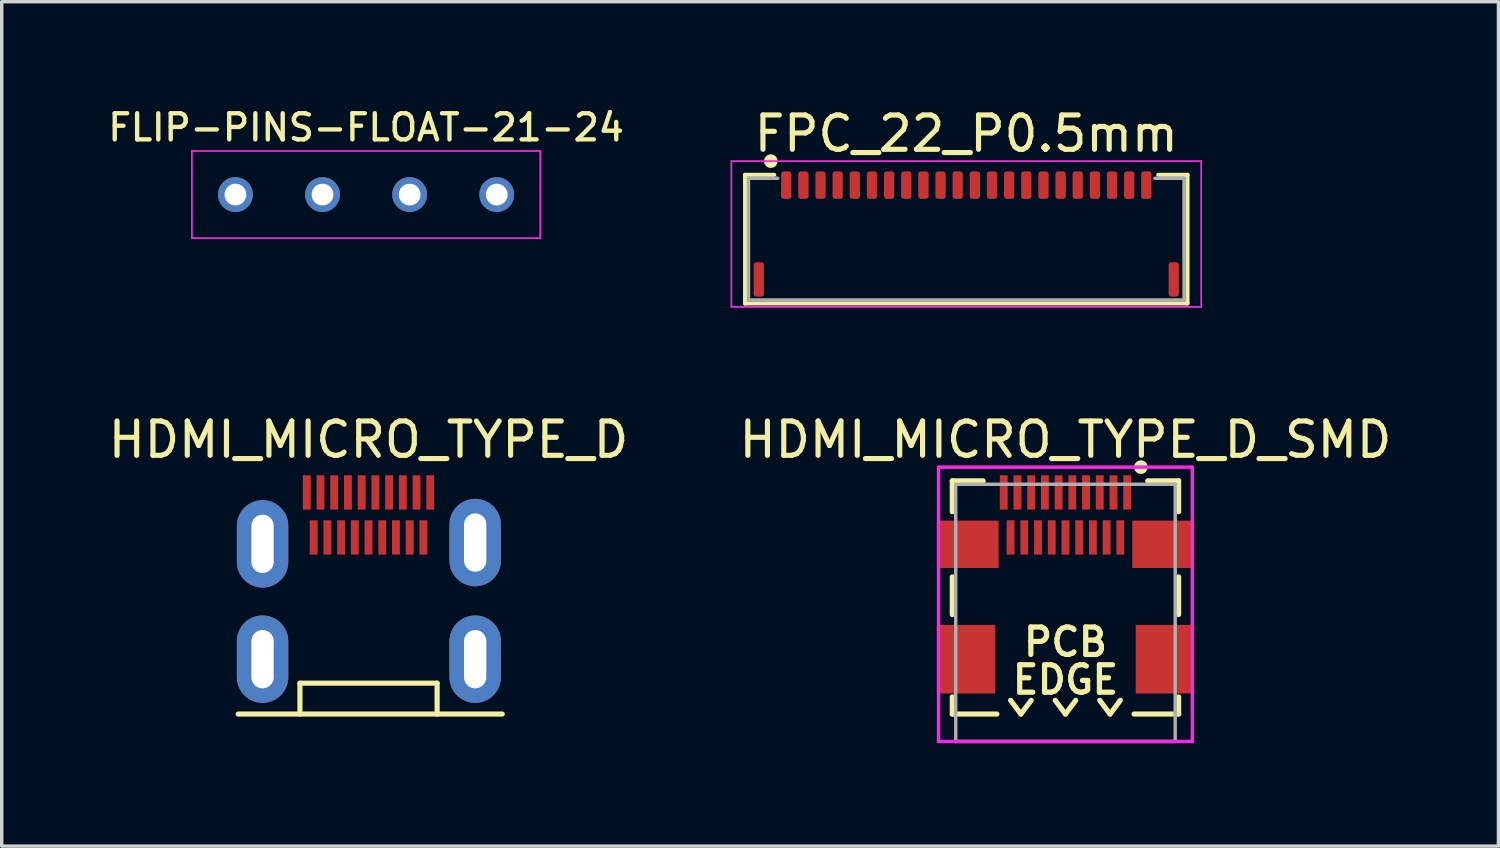
<source format=kicad_pcb>
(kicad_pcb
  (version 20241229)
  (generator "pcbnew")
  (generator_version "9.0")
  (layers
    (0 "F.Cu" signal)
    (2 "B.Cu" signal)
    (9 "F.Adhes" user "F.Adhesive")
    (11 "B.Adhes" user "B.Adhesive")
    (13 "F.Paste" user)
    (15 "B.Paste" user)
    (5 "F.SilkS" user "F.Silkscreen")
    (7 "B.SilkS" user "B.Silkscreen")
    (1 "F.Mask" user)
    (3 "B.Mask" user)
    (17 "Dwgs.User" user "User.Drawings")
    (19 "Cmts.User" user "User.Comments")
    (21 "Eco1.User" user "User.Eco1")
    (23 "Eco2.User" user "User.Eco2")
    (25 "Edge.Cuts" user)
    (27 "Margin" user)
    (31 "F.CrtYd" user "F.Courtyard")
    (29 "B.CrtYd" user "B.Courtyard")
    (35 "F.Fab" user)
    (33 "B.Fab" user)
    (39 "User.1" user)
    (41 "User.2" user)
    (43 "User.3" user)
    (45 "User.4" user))
  (footprint "FPC_22_P0.5mm"
    (layer "F.Cu")
    (at 25.126 4.048)
    (property "Reference" "FPC_22_P0.5mm" (at 0 -3.2 0) (layer "F.SilkS") (effects (font (size 1 1) (thickness 0.15))))
    (attr smd)
    (fp_line (start -6.45 -2) (end -6.45 1.75) (stroke (width 0.12) (type solid)) (layer "F.SilkS"))
    (fp_line (start -6.45 -2) (end -5.6 -2) (stroke (width 0.12) (type solid)) (layer "F.SilkS"))
    (fp_line (start -6.45 1.75) (end 6.45 1.75) (stroke (width 0.12) (type solid)) (layer "F.SilkS"))
    (fp_line (start 6.45 -2) (end 5.6 -2) (stroke (width 0.12) (type solid)) (layer "F.SilkS"))
    (fp_line (start 6.45 1.75) (end 6.45 -2) (stroke (width 0.12) (type solid)) (layer "F.SilkS"))
    (fp_circle (center -5.7 -2.4) (end -5.6 -2.4) (stroke (width 0.2) (type solid)) (fill no) (layer "F.SilkS"))
    (fp_line (start -6.85 -2.4) (end -6.85 1.85) (stroke (width 0.05) (type solid)) (layer "F.CrtYd"))
    (fp_line (start -6.85 1.85) (end 6.85 1.85) (stroke (width 0.05) (type solid)) (layer "F.CrtYd"))
    (fp_line (start 6.85 -2.4) (end -6.85 -2.4) (stroke (width 0.05) (type solid)) (layer "F.CrtYd"))
    (fp_line (start 6.85 1.85) (end 6.85 -2.4) (stroke (width 0.05) (type solid)) (layer "F.CrtYd"))
    (fp_line (start -6.35 -1.9) (end -5.5 -1.9) (stroke (width 0.1) (type solid)) (layer "F.Fab"))
    (fp_line (start -6.35 1.65) (end -6.35 -1.9) (stroke (width 0.1) (type solid)) (layer "F.Fab"))
    (fp_line (start -6.35 1.65) (end 6.35 1.65) (stroke (width 0.1) (type solid)) (layer "F.Fab"))
    (fp_line (start 6.35 -1.9) (end 5.5 -1.9) (stroke (width 0.1) (type solid)) (layer "F.Fab"))
    (fp_line (start 6.35 1.65) (end 6.35 -1.9) (stroke (width 0.1) (type solid)) (layer "F.Fab"))
    (pad "0" smd roundrect (at -6.05 1.05) (size 0.3 1) (layers "F.Cu" "F.Mask" "F.Paste") (roundrect_rratio 0.25))
    (pad "0" smd roundrect (at 6.05 1.05) (size 0.3 1) (layers "F.Cu" "F.Mask" "F.Paste") (roundrect_rratio 0.25))
    (pad "1" smd roundrect (at -5.25 -1.7) (size 0.3 0.8) (layers "F.Cu" "F.Mask" "F.Paste") (roundrect_rratio 0.25))
    (pad "2" smd roundrect (at -4.75 -1.7) (size 0.3 0.8) (layers "F.Cu" "F.Mask" "F.Paste") (roundrect_rratio 0.25))
    (pad "3" smd roundrect (at -4.25 -1.7) (size 0.3 0.8) (layers "F.Cu" "F.Mask" "F.Paste") (roundrect_rratio 0.25))
    (pad "4" smd roundrect (at -3.75 -1.7) (size 0.3 0.8) (layers "F.Cu" "F.Mask" "F.Paste") (roundrect_rratio 0.25))
    (pad "5" smd roundrect (at -3.25 -1.7) (size 0.3 0.8) (layers "F.Cu" "F.Mask" "F.Paste") (roundrect_rratio 0.25))
    (pad "6" smd roundrect (at -2.75 -1.7) (size 0.3 0.8) (layers "F.Cu" "F.Mask" "F.Paste") (roundrect_rratio 0.25))
    (pad "7" smd roundrect (at -2.25 -1.7) (size 0.3 0.8) (layers "F.Cu" "F.Mask" "F.Paste") (roundrect_rratio 0.25))
    (pad "8" smd roundrect (at -1.75 -1.7) (size 0.3 0.8) (layers "F.Cu" "F.Mask" "F.Paste") (roundrect_rratio 0.25))
    (pad "9" smd roundrect (at -1.25 -1.7) (size 0.3 0.8) (layers "F.Cu" "F.Mask" "F.Paste") (roundrect_rratio 0.25))
    (pad "10" smd roundrect (at -0.75 -1.7) (size 0.3 0.8) (layers "F.Cu" "F.Mask" "F.Paste") (roundrect_rratio 0.25))
    (pad "11" smd roundrect (at -0.25 -1.7) (size 0.3 0.8) (layers "F.Cu" "F.Mask" "F.Paste") (roundrect_rratio 0.25))
    (pad "12" smd roundrect (at 0.25 -1.7) (size 0.3 0.8) (layers "F.Cu" "F.Mask" "F.Paste") (roundrect_rratio 0.25))
    (pad "13" smd roundrect (at 0.75 -1.7) (size 0.3 0.8) (layers "F.Cu" "F.Mask" "F.Paste") (roundrect_rratio 0.25))
    (pad "14" smd roundrect (at 1.25 -1.7) (size 0.3 0.8) (layers "F.Cu" "F.Mask" "F.Paste") (roundrect_rratio 0.25))
    (pad "15" smd roundrect (at 1.75 -1.7) (size 0.3 0.8) (layers "F.Cu" "F.Mask" "F.Paste") (roundrect_rratio 0.25))
    (pad "16" smd roundrect (at 2.25 -1.7) (size 0.3 0.8) (layers "F.Cu" "F.Mask" "F.Paste") (roundrect_rratio 0.25))
    (pad "17" smd roundrect (at 2.75 -1.7) (size 0.3 0.8) (layers "F.Cu" "F.Mask" "F.Paste") (roundrect_rratio 0.25))
    (pad "18" smd roundrect (at 3.25 -1.7) (size 0.3 0.8) (layers "F.Cu" "F.Mask" "F.Paste") (roundrect_rratio 0.25))
    (pad "19" smd roundrect (at 3.75 -1.7) (size 0.3 0.8) (layers "F.Cu" "F.Mask" "F.Paste") (roundrect_rratio 0.25))
    (pad "20" smd roundrect (at 4.25 -1.7) (size 0.3 0.8) (layers "F.Cu" "F.Mask" "F.Paste") (roundrect_rratio 0.25))
    (pad "21" smd roundrect (at 4.75 -1.7) (size 0.3 0.8) (layers "F.Cu" "F.Mask" "F.Paste") (roundrect_rratio 0.25))
    (pad "22" smd roundrect (at 5.25 -1.7) (size 0.3 0.8) (layers "F.Cu" "F.Mask" "F.Paste") (roundrect_rratio 0.25)))
  (footprint "FLIP-PINS-FLOAT-21-24"
    (layer "F.Cu")
    (at 7.625 2.624)
    (property "Reference" "FLIP-PINS-FLOAT-21-24" (at 0 -1.956 0) (layer "F.SilkS") (effects (font (size 0.762 0.762) (thickness 0.127))))
    (attr through_hole)
    (fp_line (start -5.08 -1.27) (end 5.08 -1.27) (stroke (width 0.05) (type solid)) (layer "F.CrtYd"))
    (fp_line (start -5.08 1.27) (end -5.08 -1.27) (stroke (width 0.05) (type solid)) (layer "F.CrtYd"))
    (fp_line (start 5.08 -1.27) (end 5.08 1.27) (stroke (width 0.05) (type solid)) (layer "F.CrtYd"))
    (fp_line (start 5.08 1.27) (end -5.08 1.27) (stroke (width 0.05) (type solid)) (layer "F.CrtYd"))
    (pad "21" thru_hole circle (at 3.81 0) (size 1.016 1.016) (drill 0.635) (layers "*.Cu" "*.Mask"))
    (pad "22" thru_hole circle (at 1.27 0) (size 1.016 1.016) (drill 0.635) (layers "*.Cu" "*.Mask"))
    (pad "23" thru_hole circle (at -1.27 0) (size 1.016 1.016) (drill 0.635) (layers "*.Cu" "*.Mask"))
    (pad "24" thru_hole circle (at -3.81 0) (size 1.016 1.016) (drill 0.635) (layers "*.Cu" "*.Mask")))
  (footprint "HDMI_MICRO_TYPE_D"
    (layer "F.Cu")
    (at 7.696 13.871)
    (property "Reference" "HDMI_MICRO_TYPE_D" (at 0 -4.1 0) (layer "F.SilkS") (effects (font (size 1 1) (thickness 0.15))))
    (attr through_hole)
    (fp_line (start -3.8 3.9) (end 3.9 3.9) (stroke (width 0.15) (type solid)) (layer "F.SilkS"))
    (fp_line (start -2 3) (end 2 3) (stroke (width 0.15) (type solid)) (layer "F.SilkS"))
    (fp_line (start -2 3.9) (end -2 3) (stroke (width 0.15) (type solid)) (layer "F.SilkS"))
    (fp_line (start 2 3) (end 2 3.9) (stroke (width 0.15) (type solid)) (layer "F.SilkS"))
    (pad "0" thru_hole oval (at -3.09 -1.062) (size 1.5 2.55) (drill oval 0.65 1.7) (layers "*.Cu" "*.Mask"))
    (pad "0" thru_hole oval (at -3.09 2.3) (size 1.5 2.55) (drill oval 0.65 1.7) (layers "*.Cu" "*.Mask"))
    (pad "0" thru_hole oval (at 3.11 -1.1) (size 1.5 2.55) (drill oval 0.65 1.7) (layers "*.Cu" "*.Mask"))
    (pad "0" thru_hole oval (at 3.11 2.3) (size 1.5 2.55) (drill oval 0.65 1.7) (layers "*.Cu" "*.Mask"))
    (pad "1" smd rect (at 1.8 -2.562) (size 0.23 1) (layers "F.Cu" "F.Mask" "F.Paste"))
    (pad "2" smd rect (at 1.6 -1.25) (size 0.23 1) (layers "F.Cu" "F.Mask" "F.Paste"))
    (pad "3" smd rect (at 1.4 -2.562) (size 0.23 1) (layers "F.Cu" "F.Mask" "F.Paste"))
    (pad "4" smd rect (at 1.2 -1.25) (size 0.23 1) (layers "F.Cu" "F.Mask" "F.Paste"))
    (pad "5" smd rect (at 1 -2.562) (size 0.23 1) (layers "F.Cu" "F.Mask" "F.Paste"))
    (pad "6" smd rect (at 0.8 -1.25) (size 0.23 1) (layers "F.Cu" "F.Mask" "F.Paste"))
    (pad "7" smd rect (at 0.6 -2.562) (size 0.23 1) (layers "F.Cu" "F.Mask" "F.Paste"))
    (pad "8" smd rect (at 0.4 -1.25) (size 0.23 1) (layers "F.Cu" "F.Mask" "F.Paste"))
    (pad "9" smd rect (at 0.2 -2.562) (size 0.23 1) (layers "F.Cu" "F.Mask" "F.Paste"))
    (pad "10" smd rect (at 0 -1.25) (size 0.23 1) (layers "F.Cu" "F.Mask" "F.Paste"))
    (pad "11" smd rect (at -0.2 -2.562) (size 0.23 1) (layers "F.Cu" "F.Mask" "F.Paste"))
    (pad "12" smd rect (at -0.4 -1.25) (size 0.23 1) (layers "F.Cu" "F.Mask" "F.Paste"))
    (pad "13" smd rect (at -0.6 -2.562) (size 0.23 1) (layers "F.Cu" "F.Mask" "F.Paste"))
    (pad "14" smd rect (at -0.8 -1.25) (size 0.23 1) (layers "F.Cu" "F.Mask" "F.Paste"))
    (pad "15" smd rect (at -1 -2.562) (size 0.23 1) (layers "F.Cu" "F.Mask" "F.Paste"))
    (pad "16" smd rect (at -1.2 -1.25) (size 0.23 1) (layers "F.Cu" "F.Mask" "F.Paste"))
    (pad "17" smd rect (at -1.4 -2.562) (size 0.23 1) (layers "F.Cu" "F.Mask" "F.Paste"))
    (pad "18" smd rect (at -1.6 -1.25) (size 0.23 1) (layers "F.Cu" "F.Mask" "F.Paste"))
    (pad "19" smd rect (at -1.8 -2.562) (size 0.23 1) (layers "F.Cu" "F.Mask" "F.Paste")))
  (footprint "HDMI_MICRO_TYPE_D_SMD"
    (layer "F.Cu")
    (at 28.018 13.871)
    (property "Reference" "HDMI_MICRO_TYPE_D_SMD" (at 0 -4.1 0) (layer "F.SilkS") (effects (font (size 1 1) (thickness 0.15))))
    (attr through_hole)
    (fp_line (start -3.3 -2.9) (end -2.4 -2.9) (stroke (width 0.15) (type solid)) (layer "F.SilkS"))
    (fp_line (start -3.3 -2) (end -3.3 -2.9) (stroke (width 0.15) (type solid)) (layer "F.SilkS"))
    (fp_line (start -3.3 -0.1) (end -3.3 1) (stroke (width 0.15) (type solid)) (layer "F.SilkS"))
    (fp_line (start -3.3 3.9) (end -3.3 3.4) (stroke (width 0.15) (type solid)) (layer "F.SilkS"))
    (fp_line (start -3.3 3.9) (end -2 3.9) (stroke (width 0.15) (type solid)) (layer "F.SilkS"))
    (fp_line (start -1.3 3.9) (end -1.6 3.5) (stroke (width 0.15) (type solid)) (layer "F.SilkS"))
    (fp_line (start -1 3.5) (end -1.3 3.9) (stroke (width 0.15) (type solid)) (layer "F.SilkS"))
    (fp_line (start 0 3.9) (end -0.3 3.5) (stroke (width 0.15) (type solid)) (layer "F.SilkS"))
    (fp_line (start 0.3 3.5) (end 0 3.9) (stroke (width 0.15) (type solid)) (layer "F.SilkS"))
    (fp_line (start 1.3 3.9) (end 1 3.5) (stroke (width 0.15) (type solid)) (layer "F.SilkS"))
    (fp_line (start 1.6 3.5) (end 1.3 3.9) (stroke (width 0.15) (type solid)) (layer "F.SilkS"))
    (fp_line (start 2 3.9) (end 3.3 3.9) (stroke (width 0.15) (type solid)) (layer "F.SilkS"))
    (fp_line (start 3.3 -2.9) (end 2.4 -2.9) (stroke (width 0.15) (type solid)) (layer "F.SilkS"))
    (fp_line (start 3.3 -2) (end 3.3 -2.9) (stroke (width 0.15) (type solid)) (layer "F.SilkS"))
    (fp_line (start 3.3 -0.1) (end 3.3 1) (stroke (width 0.15) (type solid)) (layer "F.SilkS"))
    (fp_line (start 3.3 3.9) (end 3.3 3.4) (stroke (width 0.15) (type solid)) (layer "F.SilkS"))
    (fp_circle (center 2.2 -3.3) (end 2.3 -3.3) (stroke (width 0.2) (type solid)) (fill no) (layer "F.SilkS"))
    (fp_line (start -3.7 -3.3) (end 3.7 -3.3) (stroke (width 0.1) (type solid)) (layer "F.CrtYd"))
    (fp_line (start -3.7 4.7) (end -3.7 -3.3) (stroke (width 0.1) (type solid)) (layer "F.CrtYd"))
    (fp_line (start -3.7 4.7) (end 3.7 4.7) (stroke (width 0.1) (type solid)) (layer "F.CrtYd"))
    (fp_line (start 3.7 4.7) (end 3.7 -3.3) (stroke (width 0.1) (type solid)) (layer "F.CrtYd"))
    (fp_line (start -3.2 -2.8) (end 3.2 -2.8) (stroke (width 0.1) (type solid)) (layer "F.Fab"))
    (fp_line (start -3.2 4.7) (end -3.2 -2.8) (stroke (width 0.1) (type solid)) (layer "F.Fab"))
    (fp_line (start -3.2 4.7) (end 3.2 4.7) (stroke (width 0.1) (type solid)) (layer "F.Fab"))
    (fp_line (start 3.2 4.7) (end 3.2 -2.8) (stroke (width 0.1) (type solid)) (layer "F.Fab"))
    (fp_text user "PCB" (at 0 1.8 0) (layer "F.SilkS") (effects (font (size 0.8 0.8) (thickness 0.152))))
    (fp_text user "EDGE" (at 0 2.9 0) (layer "F.SilkS") (effects (font (size 0.8 0.8) (thickness 0.152))))
    (pad "0" smd rect (at -2.9 2.3) (size 1.7 2) (layers "F.Cu" "F.Mask" "F.Paste"))
    (pad "0" smd rect (at -2.85 -1.05) (size 1.8 1.38) (layers "F.Cu" "F.Mask" "F.Paste"))
    (pad "0" smd rect (at 2.85 -1.05) (size 1.8 1.38) (layers "F.Cu" "F.Mask" "F.Paste"))
    (pad "0" smd rect (at 2.9 2.3) (size 1.7 2) (layers "F.Cu" "F.Mask" "F.Paste"))
    (pad "1" smd rect (at 1.8 -2.562) (size 0.23 1) (layers "F.Cu" "F.Mask" "F.Paste"))
    (pad "2" smd rect (at 1.6 -1.25) (size 0.23 1) (layers "F.Cu" "F.Mask" "F.Paste"))
    (pad "3" smd rect (at 1.4 -2.562) (size 0.23 1) (layers "F.Cu" "F.Mask" "F.Paste"))
    (pad "4" smd rect (at 1.2 -1.25) (size 0.23 1) (layers "F.Cu" "F.Mask" "F.Paste"))
    (pad "5" smd rect (at 1 -2.562) (size 0.23 1) (layers "F.Cu" "F.Mask" "F.Paste"))
    (pad "6" smd rect (at 0.8 -1.25) (size 0.23 1) (layers "F.Cu" "F.Mask" "F.Paste"))
    (pad "7" smd rect (at 0.6 -2.562) (size 0.23 1) (layers "F.Cu" "F.Mask" "F.Paste"))
    (pad "8" smd rect (at 0.4 -1.25) (size 0.23 1) (layers "F.Cu" "F.Mask" "F.Paste"))
    (pad "9" smd rect (at 0.2 -2.562) (size 0.23 1) (layers "F.Cu" "F.Mask" "F.Paste"))
    (pad "10" smd rect (at 0 -1.25) (size 0.23 1) (layers "F.Cu" "F.Mask" "F.Paste"))
    (pad "11" smd rect (at -0.2 -2.562) (size 0.23 1) (layers "F.Cu" "F.Mask" "F.Paste"))
    (pad "12" smd rect (at -0.4 -1.25) (size 0.23 1) (layers "F.Cu" "F.Mask" "F.Paste"))
    (pad "13" smd rect (at -0.6 -2.562) (size 0.23 1) (layers "F.Cu" "F.Mask" "F.Paste"))
    (pad "14" smd rect (at -0.8 -1.25) (size 0.23 1) (layers "F.Cu" "F.Mask" "F.Paste"))
    (pad "15" smd rect (at -1 -2.562) (size 0.23 1) (layers "F.Cu" "F.Mask" "F.Paste"))
    (pad "16" smd rect (at -1.2 -1.25) (size 0.23 1) (layers "F.Cu" "F.Mask" "F.Paste"))
    (pad "17" smd rect (at -1.4 -2.562) (size 0.23 1) (layers "F.Cu" "F.Mask" "F.Paste"))
    (pad "18" smd rect (at -1.6 -1.25) (size 0.23 1) (layers "F.Cu" "F.Mask" "F.Paste"))
    (pad "19" smd rect (at -1.8 -2.562) (size 0.23 1) (layers "F.Cu" "F.Mask" "F.Paste")))
  (gr_rect
    (start -3 -3)
    (end 40.643 21.622)
    (stroke (width 0.1) (type default))
    (fill no)
    (layer "Edge.Cuts")))
</source>
